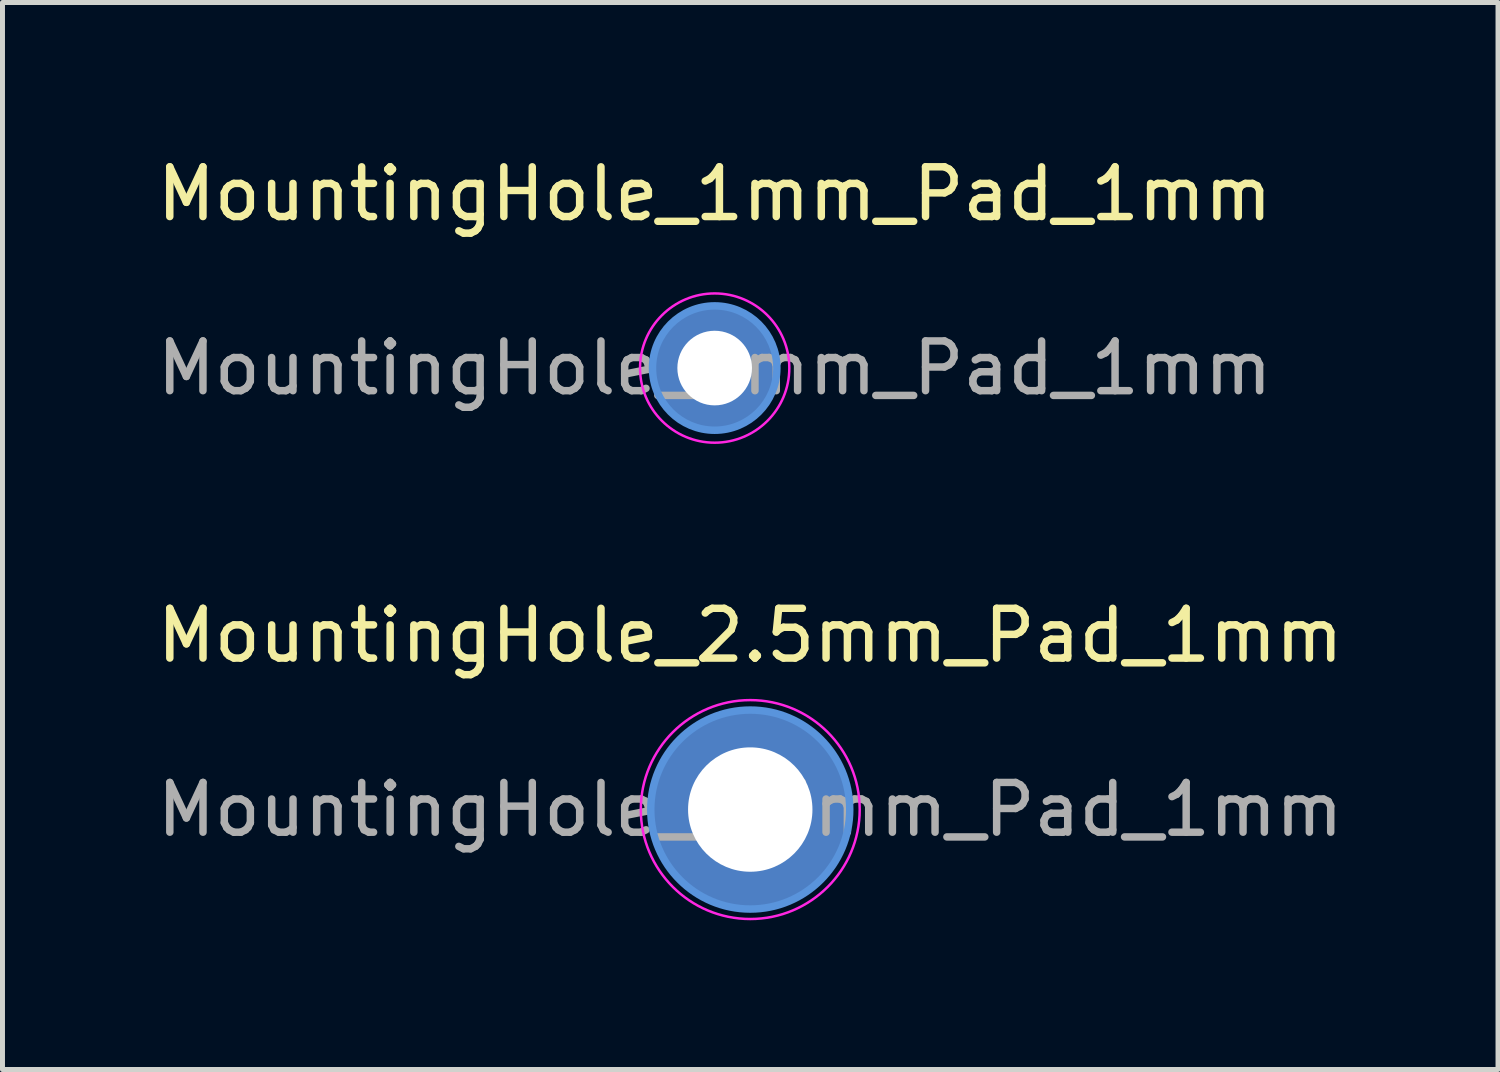
<source format=kicad_pcb>
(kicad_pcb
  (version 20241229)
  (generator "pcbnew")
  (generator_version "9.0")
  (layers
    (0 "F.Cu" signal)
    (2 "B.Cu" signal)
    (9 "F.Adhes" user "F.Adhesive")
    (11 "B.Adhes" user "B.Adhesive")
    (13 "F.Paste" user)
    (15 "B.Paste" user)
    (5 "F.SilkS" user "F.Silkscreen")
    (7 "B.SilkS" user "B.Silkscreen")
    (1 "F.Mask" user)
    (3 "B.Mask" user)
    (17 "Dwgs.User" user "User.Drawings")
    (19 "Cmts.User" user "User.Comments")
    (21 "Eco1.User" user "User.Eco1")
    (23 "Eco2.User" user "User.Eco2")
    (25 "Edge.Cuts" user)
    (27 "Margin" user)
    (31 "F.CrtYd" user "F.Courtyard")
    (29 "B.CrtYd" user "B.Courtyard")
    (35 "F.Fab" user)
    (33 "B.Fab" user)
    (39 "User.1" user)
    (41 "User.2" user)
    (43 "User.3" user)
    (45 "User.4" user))
  (footprint "MountingHole_1mm_Pad_1mm"
    (layer "F.Cu")
    (at 11.315 4.348)
    (property "Reference" "MountingHole_1mm_Pad_1mm" (at 0 -3.5 0) (layer "F.SilkS") (effects (font (size 1 1) (thickness 0.15))))
    (attr exclude_from_pos_files exclude_from_bom)
    (fp_circle (center 0 0) (end 1.25 0) (stroke (width 0.15) (type solid)) (fill no) (layer "Cmts.User"))
    (fp_circle (center 0 0) (end 1.5 0) (stroke (width 0.05) (type solid)) (fill no) (layer "F.CrtYd"))
    (fp_text user "${REFERENCE}" (at 0 0 0) (layer "F.Fab") (effects (font (size 1 1) (thickness 0.15))))
    (pad "1" thru_hole circle (at 0 0) (size 2.5 2.5) (drill 1.5) (layers "*.Cu" "*.Mask")))
  (footprint "MountingHole_2.5mm_Pad_1mm"
    (layer "F.Cu")
    (at 12.03 13.222)
    (property "Reference" "MountingHole_2.5mm_Pad_1mm" (at 0 -3.5 0) (layer "F.SilkS") (effects (font (size 1 1) (thickness 0.15))))
    (attr exclude_from_pos_files exclude_from_bom)
    (fp_circle (center 0 0) (end 2 0) (stroke (width 0.15) (type solid)) (fill no) (layer "Cmts.User"))
    (fp_circle (center 0 0) (end 2.2 0) (stroke (width 0.05) (type solid)) (fill no) (layer "F.CrtYd"))
    (fp_text user "${REFERENCE}" (at 0 0 0) (layer "F.Fab") (effects (font (size 1 1) (thickness 0.15))))
    (pad "1" thru_hole circle (at 0 0) (size 4 4) (drill 2.5) (layers "*.Cu" "*.Mask")))
  (gr_rect
    (start -3 -3)
    (end 27.06 18.447)
    (stroke (width 0.1) (type default))
    (fill no)
    (layer "Edge.Cuts")))
</source>
